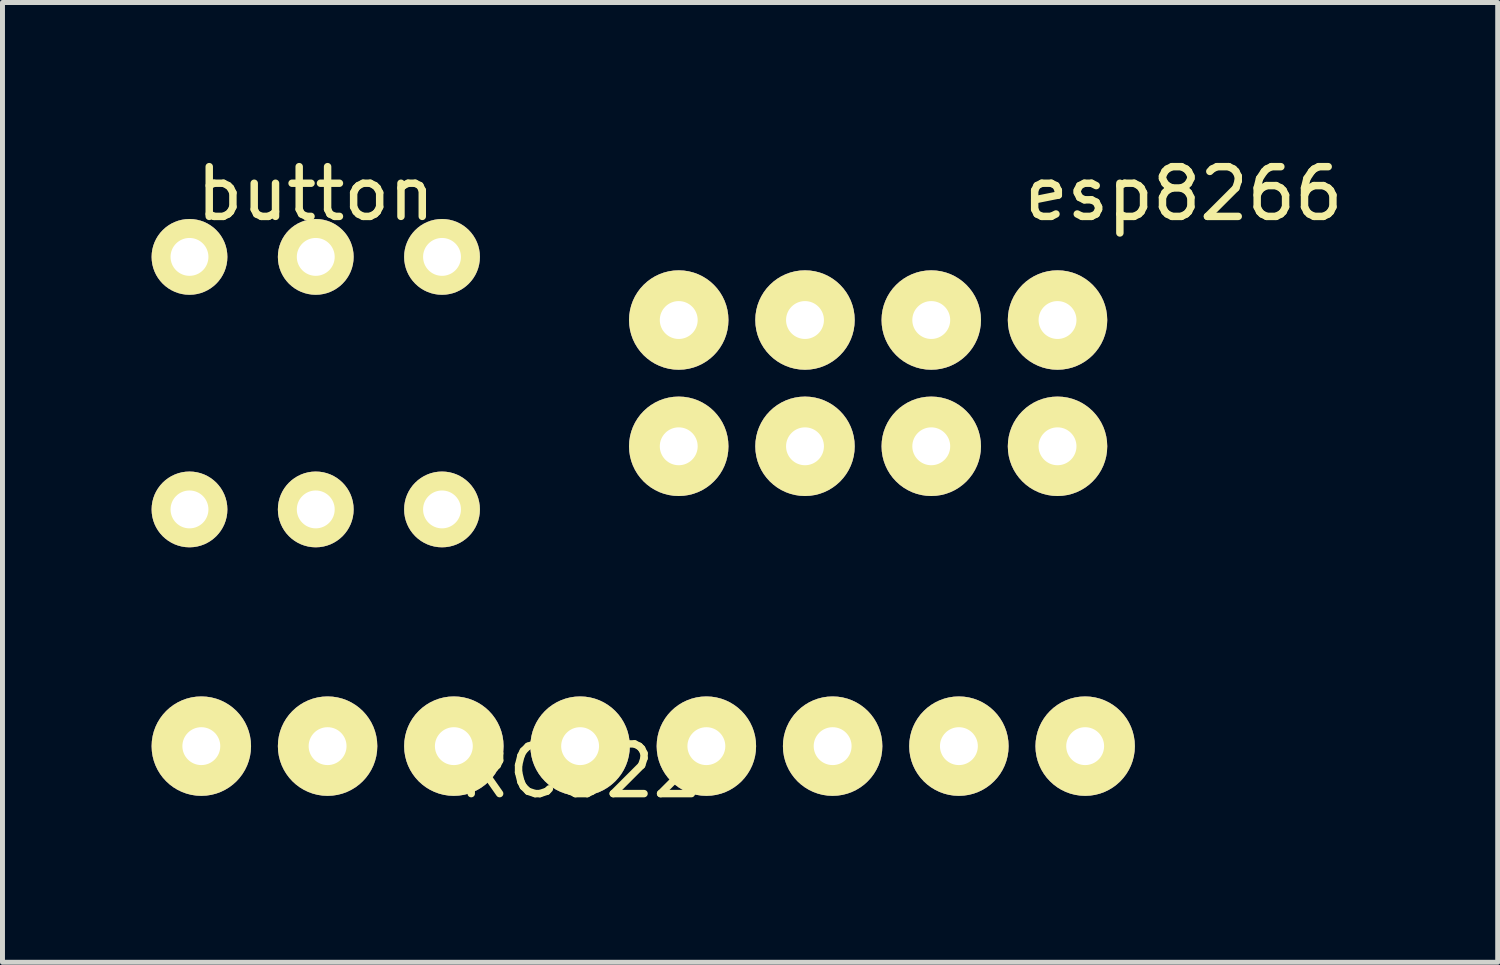
<source format=kicad_pcb>
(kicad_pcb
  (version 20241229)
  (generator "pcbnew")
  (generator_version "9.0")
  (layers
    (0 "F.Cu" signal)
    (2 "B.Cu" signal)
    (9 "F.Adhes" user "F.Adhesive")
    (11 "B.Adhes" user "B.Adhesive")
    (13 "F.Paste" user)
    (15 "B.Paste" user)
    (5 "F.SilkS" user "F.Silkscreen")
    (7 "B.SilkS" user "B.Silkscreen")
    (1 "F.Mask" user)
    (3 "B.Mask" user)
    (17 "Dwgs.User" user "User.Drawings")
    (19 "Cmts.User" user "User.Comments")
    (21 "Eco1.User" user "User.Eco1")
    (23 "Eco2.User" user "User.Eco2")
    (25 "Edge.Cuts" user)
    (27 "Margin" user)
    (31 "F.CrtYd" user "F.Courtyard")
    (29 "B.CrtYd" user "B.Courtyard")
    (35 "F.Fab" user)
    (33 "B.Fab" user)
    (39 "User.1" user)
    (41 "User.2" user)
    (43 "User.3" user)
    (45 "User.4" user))
  (footprint "esp8266"
    (layer "F.Cu")
    (at 15.684 5.928)
    (property "Reference" "esp8266" (at 5.08 -5.08 0) (layer "F.SilkS") (effects (font (size 1 1) (thickness 0.15))))
    (attr through_hole)
    (pad "1" thru_hole circle (at -5.08 -2.54) (size 2 2) (drill 0.762) (layers "*.Cu" "*.Mask" "F.SilkS"))
    (pad "2" thru_hole circle (at -2.54 -2.54) (size 2 2) (drill 0.762) (layers "*.Cu" "*.Mask" "F.SilkS"))
    (pad "3" thru_hole circle (at 0 -2.54) (size 2 2) (drill 0.762) (layers "*.Cu" "*.Mask" "F.SilkS"))
    (pad "4" thru_hole circle (at 2.54 -2.54) (size 2 2) (drill 0.762) (layers "*.Cu" "*.Mask" "F.SilkS"))
    (pad "5" thru_hole circle (at 2.54 0) (size 2 2) (drill 0.762) (layers "*.Cu" "*.Mask" "F.SilkS"))
    (pad "6" thru_hole circle (at 0 0) (size 2 2) (drill 0.762) (layers "*.Cu" "*.Mask" "F.SilkS"))
    (pad "7" thru_hole circle (at -2.54 0) (size 2 2) (drill 0.762) (layers "*.Cu" "*.Mask" "F.SilkS"))
    (pad "8" thru_hole circle (at -5.08 0) (size 2 2) (drill 0.762) (layers "*.Cu" "*.Mask" "F.SilkS")))
  (footprint "RC522"
    (layer "F.Cu")
    (at 8.62 11.96)
    (property "Reference" "RC522" (at 0 0.5 0) (layer "F.SilkS") (effects (font (size 1 1) (thickness 0.15))))
    (attr through_hole)
    (pad "1" thru_hole circle (at -7.62 0) (size 2 2) (drill 0.762) (layers "*.Cu" "*.Mask" "F.SilkS"))
    (pad "2" thru_hole circle (at -5.08 0) (size 2 2) (drill 0.762) (layers "*.Cu" "*.Mask" "F.SilkS"))
    (pad "3" thru_hole circle (at -2.54 0) (size 2 2) (drill 0.762) (layers "*.Cu" "*.Mask" "F.SilkS"))
    (pad "4" thru_hole circle (at 0 0) (size 2 2) (drill 0.762) (layers "*.Cu" "*.Mask" "F.SilkS"))
    (pad "5" thru_hole circle (at 2.54 0) (size 2 2) (drill 0.762) (layers "*.Cu" "*.Mask" "F.SilkS"))
    (pad "6" thru_hole circle (at 5.08 0) (size 2 2) (drill 0.762) (layers "*.Cu" "*.Mask" "F.SilkS"))
    (pad "7" thru_hole circle (at 7.62 0) (size 2 2) (drill 0.762) (layers "*.Cu" "*.Mask" "F.SilkS"))
    (pad "8" thru_hole circle (at 10.16 0) (size 2 2) (drill 0.762) (layers "*.Cu" "*.Mask" "F.SilkS")))
  (footprint "button"
    (layer "F.Cu")
    (at 3.302 4.658)
    (property "Reference" "button" (at 0 -3.81 0) (layer "F.SilkS") (effects (font (size 1 1) (thickness 0.15))))
    (attr through_hole)
    (pad "1" thru_hole circle (at -2.54 -2.54) (size 1.524 1.524) (drill 0.762) (layers "*.Cu" "*.Mask" "F.SilkS"))
    (pad "2" thru_hole circle (at 0 -2.54) (size 1.524 1.524) (drill 0.762) (layers "*.Cu" "*.Mask" "F.SilkS"))
    (pad "3" thru_hole circle (at 2.54 -2.54) (size 1.524 1.524) (drill 0.762) (layers "*.Cu" "*.Mask" "F.SilkS"))
    (pad "4" thru_hole circle (at -2.54 2.54) (size 1.524 1.524) (drill 0.762) (layers "*.Cu" "*.Mask" "F.SilkS"))
    (pad "5" thru_hole circle (at 0 2.54) (size 1.524 1.524) (drill 0.762) (layers "*.Cu" "*.Mask" "F.SilkS"))
    (pad "6" thru_hole circle (at 2.54 2.54) (size 1.524 1.524) (drill 0.762) (layers "*.Cu" "*.Mask" "F.SilkS")))
  (gr_rect
    (start -3 -3)
    (end 27.079 16.308)
    (stroke (width 0.1) (type default))
    (fill no)
    (layer "Edge.Cuts")))
</source>
